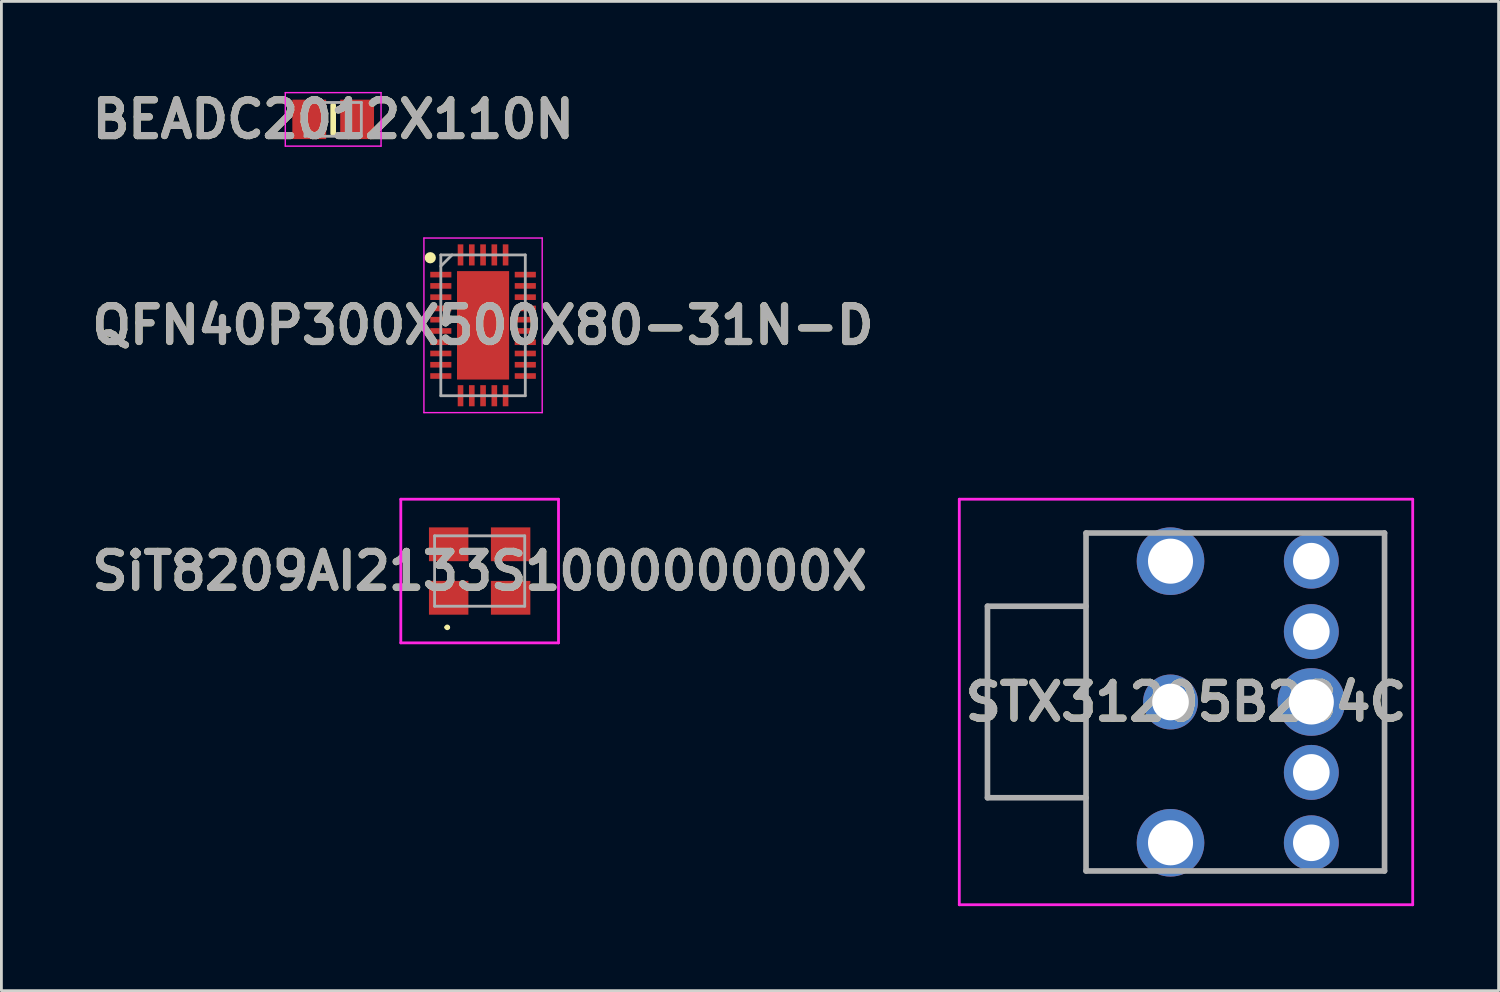
<source format=kicad_pcb>
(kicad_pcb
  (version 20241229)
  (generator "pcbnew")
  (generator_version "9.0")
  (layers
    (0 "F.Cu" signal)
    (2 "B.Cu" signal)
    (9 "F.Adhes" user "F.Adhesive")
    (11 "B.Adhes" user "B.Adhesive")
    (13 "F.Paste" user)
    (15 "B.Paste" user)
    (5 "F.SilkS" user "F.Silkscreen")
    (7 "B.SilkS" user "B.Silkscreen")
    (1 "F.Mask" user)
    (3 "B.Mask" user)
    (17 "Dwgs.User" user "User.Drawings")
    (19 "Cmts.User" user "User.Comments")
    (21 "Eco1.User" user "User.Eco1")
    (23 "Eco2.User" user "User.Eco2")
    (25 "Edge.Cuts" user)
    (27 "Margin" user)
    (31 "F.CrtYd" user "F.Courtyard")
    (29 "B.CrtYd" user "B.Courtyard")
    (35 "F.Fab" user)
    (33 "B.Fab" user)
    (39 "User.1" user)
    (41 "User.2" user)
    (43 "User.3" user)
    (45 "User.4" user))
  (footprint "BEADC2012X110N"
    (layer "F.Cu")
    (at 8.781 1.189)
    (property "Reference" "BEADC2012X110N" (at 0 0 0) (layer "F.SilkS") (effects (font (size 1.27 1.27) (thickness 0.254))))
    (attr smd)
    (fp_line (start 0 -0.5) (end 0 0.5) (stroke (width 0.2) (type solid)) (layer "F.SilkS"))
    (fp_line (start -1.7 -0.95) (end 1.7 -0.95) (stroke (width 0.05) (type solid)) (layer "F.CrtYd"))
    (fp_line (start -1.7 0.95) (end -1.7 -0.95) (stroke (width 0.05) (type solid)) (layer "F.CrtYd"))
    (fp_line (start 1.7 -0.95) (end 1.7 0.95) (stroke (width 0.05) (type solid)) (layer "F.CrtYd"))
    (fp_line (start 1.7 0.95) (end -1.7 0.95) (stroke (width 0.05) (type solid)) (layer "F.CrtYd"))
    (fp_line (start -1 -0.6) (end 1 -0.6) (stroke (width 0.1) (type solid)) (layer "F.Fab"))
    (fp_line (start -1 0.6) (end -1 -0.6) (stroke (width 0.1) (type solid)) (layer "F.Fab"))
    (fp_line (start 1 -0.6) (end 1 0.6) (stroke (width 0.1) (type solid)) (layer "F.Fab"))
    (fp_line (start 1 0.6) (end -1 0.6) (stroke (width 0.1) (type solid)) (layer "F.Fab"))
    (fp_text user "${REFERENCE}" (at 0 0 0) (layer "F.Fab") (effects (font (size 1.27 1.27) (thickness 0.254))))
    (pad "1" smd rect (at -0.85 0) (size 1.2 1.4) (layers "F.Cu" "F.Mask" "F.Paste"))
    (pad "2" smd rect (at 0.85 0) (size 1.2 1.4) (layers "F.Cu" "F.Mask" "F.Paste")))
  (footprint "SiT8209AI2133S100000000X"
    (layer "F.Cu")
    (at 13.982 17.227)
    (property "Reference" "SiT8209AI2133S100000000X" (at 0 0 0) (layer "F.SilkS") (effects (font (size 1.27 1.27) (thickness 0.254))))
    (attr smd)
    (fp_line (start -1.2 2) (end -1.2 2) (stroke (width 0.1) (type solid)) (layer "F.SilkS"))
    (fp_line (start -1.1 2) (end -1.1 2) (stroke (width 0.1) (type solid)) (layer "F.SilkS"))
    (fp_arc (start -1.2 2) (mid -1.15 1.95) (end -1.1 2) (stroke (width 0.1) (type solid)) (layer "F.SilkS"))
    (fp_arc (start -1.1 2) (mid -1.15 2.05) (end -1.2 2) (stroke (width 0.1) (type solid)) (layer "F.SilkS"))
    (fp_line (start -2.8 -2.55) (end 2.8 -2.55) (stroke (width 0.1) (type solid)) (layer "F.CrtYd"))
    (fp_line (start -2.8 2.55) (end -2.8 -2.55) (stroke (width 0.1) (type solid)) (layer "F.CrtYd"))
    (fp_line (start 2.8 -2.55) (end 2.8 2.55) (stroke (width 0.1) (type solid)) (layer "F.CrtYd"))
    (fp_line (start 2.8 2.55) (end -2.8 2.55) (stroke (width 0.1) (type solid)) (layer "F.CrtYd"))
    (fp_line (start -1.6 -1.25) (end 1.6 -1.25) (stroke (width 0.1) (type solid)) (layer "F.Fab"))
    (fp_line (start -1.6 1.25) (end -1.6 -1.25) (stroke (width 0.1) (type solid)) (layer "F.Fab"))
    (fp_line (start 1.6 -1.25) (end 1.6 1.25) (stroke (width 0.1) (type solid)) (layer "F.Fab"))
    (fp_line (start 1.6 1.25) (end -1.6 1.25) (stroke (width 0.1) (type solid)) (layer "F.Fab"))
    (fp_text user "${REFERENCE}" (at 0 0 0) (layer "F.Fab") (effects (font (size 1.27 1.27) (thickness 0.254))))
    (pad "1" smd rect (at -1.1 0.95 90) (size 1.2 1.4) (layers "F.Cu" "F.Mask" "F.Paste"))
    (pad "2" smd rect (at 1.1 0.95 90) (size 1.2 1.4) (layers "F.Cu" "F.Mask" "F.Paste"))
    (pad "3" smd rect (at 1.1 -0.95 90) (size 1.2 1.4) (layers "F.Cu" "F.Mask" "F.Paste"))
    (pad "4" smd rect (at -1.1 -0.95 90) (size 1.2 1.4) (layers "F.Cu" "F.Mask" "F.Paste")))
  (footprint "STX31205B284C"
    (layer "F.Cu")
    (at 38.514 21.877)
    (property "Reference" "STX31205B284C" (at 0.55 0 0) (layer "F.SilkS") (effects (font (size 1.27 1.27) (thickness 0.254))))
    (attr through_hole)
    (fp_line (start -3 -6) (end -2 -6) (stroke (width 0.1) (type solid)) (layer "F.SilkS"))
    (fp_line (start -3 6) (end -3 -6) (stroke (width 0.1) (type solid)) (layer "F.SilkS"))
    (fp_line (start -2 6) (end -3 6) (stroke (width 0.1) (type solid)) (layer "F.SilkS"))
    (fp_line (start 6 6) (end 7.6 6) (stroke (width 0.1) (type solid)) (layer "F.SilkS"))
    (fp_line (start 7.6 -6) (end 6 -6) (stroke (width 0.1) (type solid)) (layer "F.SilkS"))
    (fp_line (start 7.6 6) (end 7.6 -6) (stroke (width 0.1) (type solid)) (layer "F.SilkS"))
    (fp_line (start -7.5 -7.2) (end -7.5 7.2) (stroke (width 0.1) (type solid)) (layer "F.CrtYd"))
    (fp_line (start -7.5 7.2) (end 8.6 7.2) (stroke (width 0.1) (type solid)) (layer "F.CrtYd"))
    (fp_line (start 8.6 -7.2) (end -7.5 -7.2) (stroke (width 0.1) (type solid)) (layer "F.CrtYd"))
    (fp_line (start 8.6 7.2) (end 8.6 -7.2) (stroke (width 0.1) (type solid)) (layer "F.CrtYd"))
    (fp_line (start -6.5 -3.4) (end -3 -3.4) (stroke (width 0.2) (type solid)) (layer "F.Fab"))
    (fp_line (start -6.5 3.4) (end -6.5 -3.4) (stroke (width 0.2) (type solid)) (layer "F.Fab"))
    (fp_line (start -3 -6) (end -3 6) (stroke (width 0.2) (type solid)) (layer "F.Fab"))
    (fp_line (start -3 3.4) (end -6.5 3.4) (stroke (width 0.2) (type solid)) (layer "F.Fab"))
    (fp_line (start -3 6) (end 7.6 6) (stroke (width 0.2) (type solid)) (layer "F.Fab"))
    (fp_line (start 7.6 -6) (end -3 -6) (stroke (width 0.2) (type solid)) (layer "F.Fab"))
    (fp_line (start 7.6 6) (end 7.6 -6) (stroke (width 0.2) (type solid)) (layer "F.Fab"))
    (fp_text user "${REFERENCE}" (at 0.55 0 0) (layer "F.Fab") (effects (font (size 1.27 1.27) (thickness 0.254))))
    (pad "1" thru_hole circle (at 0 0) (size 1.95 1.95) (drill 1.3) (layers "*.Cu" "*.Mask"))
    (pad "2" thru_hole circle (at 5 -5) (size 1.95 1.95) (drill 1.3) (layers "*.Cu" "*.Mask"))
    (pad "3" thru_hole circle (at 5 -2.5) (size 1.95 1.95) (drill 1.3) (layers "*.Cu" "*.Mask"))
    (pad "4" thru_hole circle (at 5 2.5) (size 1.95 1.95) (drill 1.3) (layers "*.Cu" "*.Mask"))
    (pad "5" thru_hole circle (at 5 5) (size 1.95 1.95) (drill 1.3) (layers "*.Cu" "*.Mask"))
    (pad "6" thru_hole circle (at 0 5) (size 2.4 2.4) (drill 1.6) (layers "*.Cu" "*.Mask"))
    (pad "7" thru_hole circle (at 0 -5) (size 2.4 2.4) (drill 1.6) (layers "*.Cu" "*.Mask"))
    (pad "8" thru_hole circle (at 5 0) (size 2.4 2.4) (drill 1.6) (layers "*.Cu" "*.Mask")))
  (footprint "QFN40P300X500X80-31N-D"
    (layer "F.Cu")
    (at 14.103 8.502)
    (property "Reference" "QFN40P300X500X80-31N-D" (at 0 0 0) (layer "F.SilkS") (effects (font (size 1.27 1.27) (thickness 0.254))))
    (attr smd)
    (fp_circle (center -1.875 -2.4) (end -1.875 -2.3) (stroke (width 0.2) (type solid)) (fill no) (layer "F.SilkS"))
    (fp_line (start -2.1 -3.1) (end 2.1 -3.1) (stroke (width 0.05) (type solid)) (layer "F.CrtYd"))
    (fp_line (start -2.1 3.1) (end -2.1 -3.1) (stroke (width 0.05) (type solid)) (layer "F.CrtYd"))
    (fp_line (start 2.1 -3.1) (end 2.1 3.1) (stroke (width 0.05) (type solid)) (layer "F.CrtYd"))
    (fp_line (start 2.1 3.1) (end -2.1 3.1) (stroke (width 0.05) (type solid)) (layer "F.CrtYd"))
    (fp_line (start -1.5 -2.5) (end 1.5 -2.5) (stroke (width 0.1) (type solid)) (layer "F.Fab"))
    (fp_line (start -1.5 -2.1) (end -1.1 -2.5) (stroke (width 0.1) (type solid)) (layer "F.Fab"))
    (fp_line (start -1.5 2.5) (end -1.5 -2.5) (stroke (width 0.1) (type solid)) (layer "F.Fab"))
    (fp_line (start 1.5 -2.5) (end 1.5 2.5) (stroke (width 0.1) (type solid)) (layer "F.Fab"))
    (fp_line (start 1.5 2.5) (end -1.5 2.5) (stroke (width 0.1) (type solid)) (layer "F.Fab"))
    (fp_text user "${REFERENCE}" (at 0 0 0) (layer "F.Fab") (effects (font (size 1.27 1.27) (thickness 0.254))))
    (pad "1" smd rect (at -1.5 -1.8 90) (size 0.2 0.75) (layers "F.Cu" "F.Mask" "F.Paste"))
    (pad "2" smd rect (at -1.5 -1.4 90) (size 0.2 0.75) (layers "F.Cu" "F.Mask" "F.Paste"))
    (pad "3" smd rect (at -1.5 -1 90) (size 0.2 0.75) (layers "F.Cu" "F.Mask" "F.Paste"))
    (pad "4" smd rect (at -1.5 -0.6 90) (size 0.2 0.75) (layers "F.Cu" "F.Mask" "F.Paste"))
    (pad "5" smd rect (at -1.5 -0.2 90) (size 0.2 0.75) (layers "F.Cu" "F.Mask" "F.Paste"))
    (pad "6" smd rect (at -1.5 0.2 90) (size 0.2 0.75) (layers "F.Cu" "F.Mask" "F.Paste"))
    (pad "7" smd rect (at -1.5 0.6 90) (size 0.2 0.75) (layers "F.Cu" "F.Mask" "F.Paste"))
    (pad "8" smd rect (at -1.5 1 90) (size 0.2 0.75) (layers "F.Cu" "F.Mask" "F.Paste"))
    (pad "9" smd rect (at -1.5 1.4 90) (size 0.2 0.75) (layers "F.Cu" "F.Mask" "F.Paste"))
    (pad "10" smd rect (at -1.5 1.8 90) (size 0.2 0.75) (layers "F.Cu" "F.Mask" "F.Paste"))
    (pad "11" smd rect (at -0.8 2.5) (size 0.2 0.75) (layers "F.Cu" "F.Mask" "F.Paste"))
    (pad "12" smd rect (at -0.4 2.5) (size 0.2 0.75) (layers "F.Cu" "F.Mask" "F.Paste"))
    (pad "13" smd rect (at 0 2.5) (size 0.2 0.75) (layers "F.Cu" "F.Mask" "F.Paste"))
    (pad "14" smd rect (at 0.4 2.5) (size 0.2 0.75) (layers "F.Cu" "F.Mask" "F.Paste"))
    (pad "15" smd rect (at 0.8 2.5) (size 0.2 0.75) (layers "F.Cu" "F.Mask" "F.Paste"))
    (pad "16" smd rect (at 1.5 1.8 90) (size 0.2 0.75) (layers "F.Cu" "F.Mask" "F.Paste"))
    (pad "17" smd rect (at 1.5 1.4 90) (size 0.2 0.75) (layers "F.Cu" "F.Mask" "F.Paste"))
    (pad "18" smd rect (at 1.5 1 90) (size 0.2 0.75) (layers "F.Cu" "F.Mask" "F.Paste"))
    (pad "19" smd rect (at 1.5 0.6 90) (size 0.2 0.75) (layers "F.Cu" "F.Mask" "F.Paste"))
    (pad "20" smd rect (at 1.5 0.2 90) (size 0.2 0.75) (layers "F.Cu" "F.Mask" "F.Paste"))
    (pad "21" smd rect (at 1.5 -0.2 90) (size 0.2 0.75) (layers "F.Cu" "F.Mask" "F.Paste"))
    (pad "22" smd rect (at 1.5 -0.6 90) (size 0.2 0.75) (layers "F.Cu" "F.Mask" "F.Paste"))
    (pad "23" smd rect (at 1.5 -1 90) (size 0.2 0.75) (layers "F.Cu" "F.Mask" "F.Paste"))
    (pad "24" smd rect (at 1.5 -1.4 90) (size 0.2 0.75) (layers "F.Cu" "F.Mask" "F.Paste"))
    (pad "25" smd rect (at 1.5 -1.8 90) (size 0.2 0.75) (layers "F.Cu" "F.Mask" "F.Paste"))
    (pad "26" smd rect (at 0.8 -2.5) (size 0.2 0.75) (layers "F.Cu" "F.Mask" "F.Paste"))
    (pad "27" smd rect (at 0.4 -2.5) (size 0.2 0.75) (layers "F.Cu" "F.Mask" "F.Paste"))
    (pad "28" smd rect (at 0 -2.5) (size 0.2 0.75) (layers "F.Cu" "F.Mask" "F.Paste"))
    (pad "29" smd rect (at -0.4 -2.5) (size 0.2 0.75) (layers "F.Cu" "F.Mask" "F.Paste"))
    (pad "30" smd rect (at -0.8 -2.5) (size 0.2 0.75) (layers "F.Cu" "F.Mask" "F.Paste"))
    (pad "31" smd rect (at 0 0) (size 1.85 3.85) (layers "F.Cu" "F.Mask" "F.Paste")))
  (gr_rect
    (start -3 -3)
    (end 50.164 32.127)
    (stroke (width 0.1) (type default))
    (fill no)
    (layer "Edge.Cuts")))
</source>
